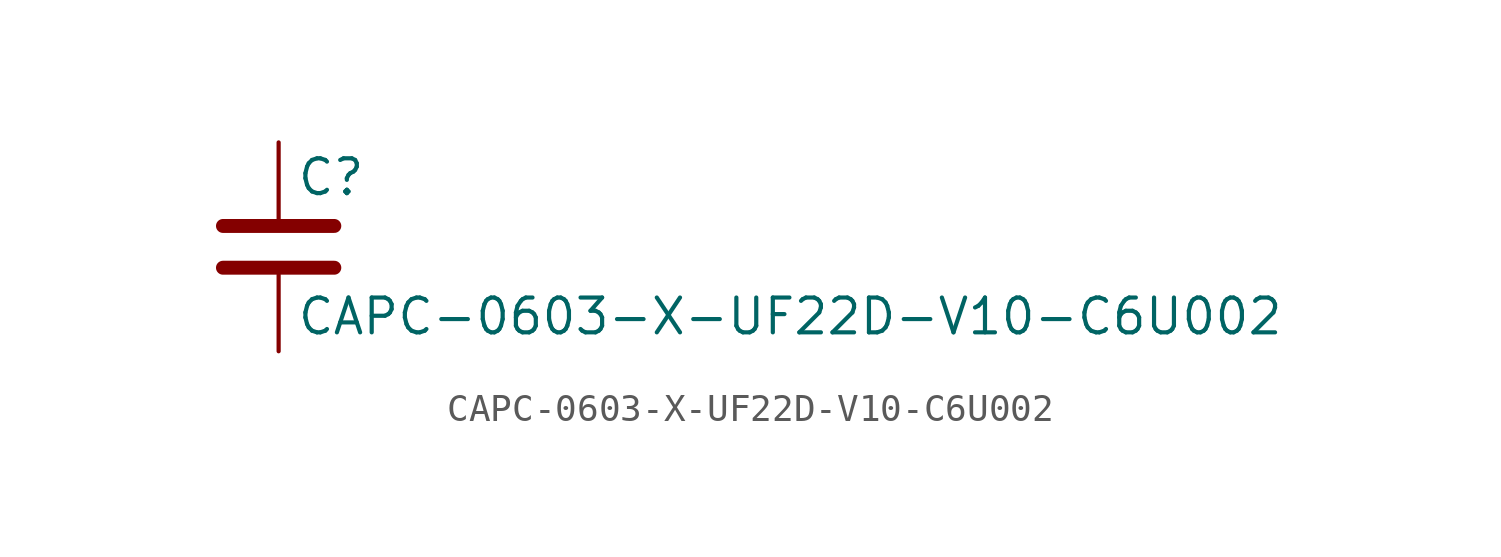
<source format=kicad_sym>
(kicad_symbol_lib
  (version 20211014)
  (generator kicad_symbol_editor)
  (symbol "CAPC-0603-X-UF22D-V10-C6U002"
    (pin_numbers hide)
    (pin_names
      (offset 0.254))
    (property "Reference" "C"
      (at 0.635 2.54 0)
      (effects (font (size 1.27 1.27)) (justify left)))
    (property "Value" "CAPC-0603-X-UF22D-V10-C6U002"
      (at 0.635 -2.54 0)
      (effects (font (size 1.27 1.27)) (justify left)))
    (symbol "CAPC-0603-X-UF22D-V10-C6U002_0_1"
      (polyline (pts (xy -2.032 -0.762) (xy 2.032 -0.762)) (stroke (width 0.508) (type default) (color 0 0 0 0)) (fill (type none)))
      (polyline (pts (xy -2.032 0.762) (xy 2.032 0.762)) (stroke (width 0.508) (type default) (color 0 0 0 0)) (fill (type none))))
    (symbol "CAPC-0603-X-UF22D-V10-C6U002_1_1"
      (pin passive line (at 0 3.81 270) (length 2.794) (name "~" (effects (font (size 1.27 1.27)))) (number "1" (effects (font (size 1.27 1.27)))))
      (pin passive line (at 0 -3.81 90) (length 2.794) (name "~" (effects (font (size 1.27 1.27)))) (number "2" (effects (font (size 1.27 1.27))))))))
</source>
